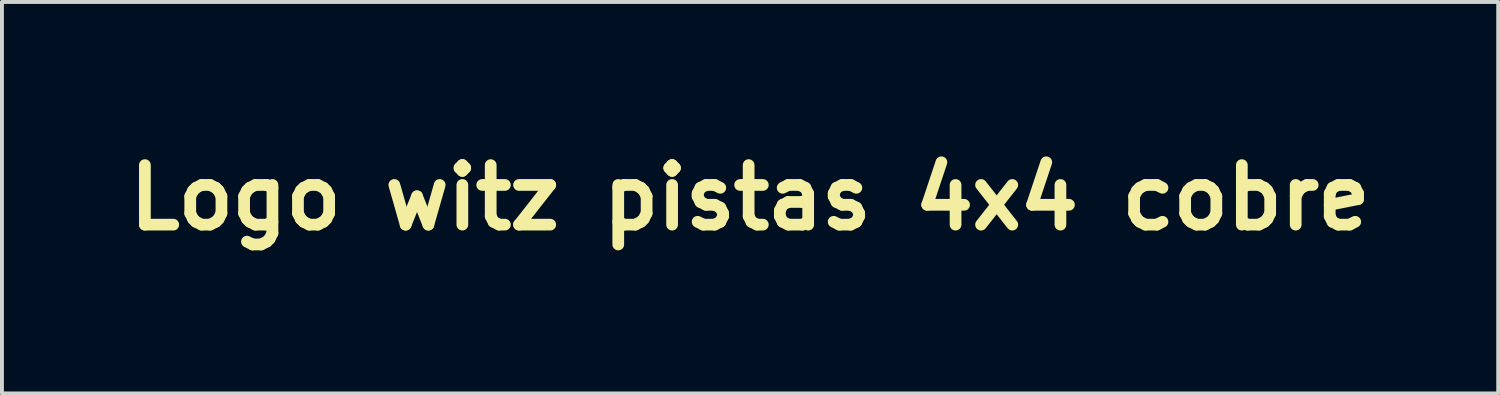
<source format=kicad_pcb>
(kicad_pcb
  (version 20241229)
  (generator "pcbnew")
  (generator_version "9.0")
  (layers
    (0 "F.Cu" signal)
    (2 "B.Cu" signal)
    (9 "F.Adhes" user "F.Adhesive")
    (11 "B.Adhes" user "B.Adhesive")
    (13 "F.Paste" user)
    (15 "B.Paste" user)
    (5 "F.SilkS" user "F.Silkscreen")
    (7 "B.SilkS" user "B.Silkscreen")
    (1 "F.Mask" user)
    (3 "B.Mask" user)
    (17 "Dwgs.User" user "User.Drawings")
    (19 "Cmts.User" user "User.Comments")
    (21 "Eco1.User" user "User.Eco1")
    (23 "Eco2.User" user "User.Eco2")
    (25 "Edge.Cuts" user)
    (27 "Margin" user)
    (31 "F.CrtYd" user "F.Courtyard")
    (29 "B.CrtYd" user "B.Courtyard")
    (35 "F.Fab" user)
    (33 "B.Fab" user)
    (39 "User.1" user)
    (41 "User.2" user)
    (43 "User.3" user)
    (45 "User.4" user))
  (footprint "Logo witz pistas 4x4 cobre"
    (layer "F.Cu")
    (at 16.154 2.012)
    (property "Reference" "Logo witz pistas 4x4 cobre" (at 0 0 0) (layer "F.SilkS") (effects (font (size 1.524 1.524) (thickness 0.3))))
    (attr through_hole)
    (fp_poly (pts (xy 0.971 -1.345) (xy 1.014 -1.339) (xy 1.053 -1.327) (xy 1.096 -1.308) (xy 1.152 -1.279) (xy 1.192 -1.252) (xy 1.226 -1.222) (xy 1.26 -1.181) (xy 1.265 -1.175) (xy 1.313 -1.093) (xy 1.341 -1.001) (xy 1.351 -0.903) (xy 1.342 -0.805) (xy 1.315 -0.712) (xy 1.269 -0.629) (xy 1.241 -0.595) (xy 1.17 -0.531) (xy 1.096 -0.489) (xy 1.012 -0.466) (xy 0.913 -0.46) (xy 0.893 -0.461) (xy 0.837 -0.465) (xy 0.787 -0.47) (xy 0.752 -0.475) (xy 0.745 -0.476) (xy 0.737 -0.478) (xy 0.728 -0.477) (xy 0.717 -0.472) (xy 0.701 -0.462) (xy 0.681 -0.447) (xy 0.654 -0.423) (xy 0.62 -0.392) (xy 0.576 -0.35) (xy 0.522 -0.297) (xy 0.455 -0.232) (xy 0.376 -0.153) (xy 0.282 -0.059) (xy 0.172 0.051) (xy 0.115 0.107) (xy -0.005 0.227) (xy -0.107 0.33) (xy -0.194 0.418) (xy -0.267 0.492) (xy -0.326 0.553) (xy -0.374 0.602) (xy -0.41 0.642) (xy -0.437 0.672) (xy -0.455 0.695) (xy -0.467 0.712) (xy -0.472 0.724) (xy -0.473 0.732) (xy -0.464 0.758) (xy -0.456 0.769) (xy -0.45 0.785) (xy -0.446 0.82) (xy -0.445 0.866) (xy -0.445 0.918) (xy -0.448 0.968) (xy -0.452 1.01) (xy -0.459 1.038) (xy -0.482 1.092) (xy -0.499 1.129) (xy -0.509 1.143) (xy -0.52 1.157) (xy -0.539 1.183) (xy -0.545 1.192) (xy -0.579 1.228) (xy -0.629 1.266) (xy -0.687 1.302) (xy -0.744 1.328) (xy -0.749 1.33) (xy -0.793 1.339) (xy -0.851 1.344) (xy -0.916 1.343) (xy -0.978 1.339) (xy -1.028 1.33) (xy -1.041 1.325) (xy -1.077 1.311) (xy -1.106 1.301) (xy -1.108 1.3) (xy -1.127 1.289) (xy -1.13 1.283) (xy -1.14 1.272) (xy -1.16 1.26) (xy -1.195 1.236) (xy -1.233 1.194) (xy -1.269 1.143) (xy -1.299 1.088) (xy -1.309 1.065) (xy -1.329 0.981) (xy -1.334 0.896) (xy -1.034 0.896) (xy -1.023 0.954) (xy -0.992 0.999) (xy -0.948 1.028) (xy -0.901 1.045) (xy -0.861 1.043) (xy -0.818 1.021) (xy -0.813 1.017) (xy -0.786 0.991) (xy -0.761 0.955) (xy -0.758 0.948) (xy -0.743 0.895) (xy -0.754 0.844) (xy -0.79 0.796) (xy -0.793 0.793) (xy -0.841 0.764) (xy -0.893 0.756) (xy -0.943 0.766) (xy -0.987 0.793) (xy -1.019 0.834) (xy -1.033 0.886) (xy -1.034 0.896) (xy -1.334 0.896) (xy -1.335 0.889) (xy -1.326 0.798) (xy -1.303 0.718) (xy -1.301 0.715) (xy -1.248 0.626) (xy -1.176 0.552) (xy -1.086 0.496) (xy -1.079 0.493) (xy -1.03 0.472) (xy -0.987 0.46) (xy -0.938 0.455) (xy -0.895 0.454) (xy -0.843 0.456) (xy -0.798 0.46) (xy -0.769 0.467) (xy -0.765 0.468) (xy -0.734 0.48) (xy -0.715 0.483) (xy -0.702 0.474) (xy -0.672 0.448) (xy -0.627 0.406) (xy -0.568 0.35) (xy -0.495 0.281) (xy -0.411 0.199) (xy -0.317 0.106) (xy -0.213 0.003) (xy -0.1 -0.109) (xy -0.097 -0.113) (xy 0.499 -0.708) (xy 0.478 -0.769) (xy 0.465 -0.824) (xy 0.459 -0.886) (xy 0.762 -0.886) (xy 0.778 -0.838) (xy 0.81 -0.796) (xy 0.852 -0.764) (xy 0.9 -0.75) (xy 0.906 -0.75) (xy 0.933 -0.755) (xy 0.968 -0.768) (xy 0.972 -0.769) (xy 1.013 -0.801) (xy 1.04 -0.846) (xy 1.051 -0.898) (xy 1.044 -0.949) (xy 1.018 -0.992) (xy 1.013 -0.997) (xy 0.96 -1.034) (xy 0.909 -1.046) (xy 0.863 -1.037) (xy 0.811 -1.005) (xy 0.777 -0.961) (xy 0.765 -0.933) (xy 0.762 -0.886) (xy 0.459 -0.886) (xy 0.459 -0.888) (xy 0.459 -0.951) (xy 0.466 -1.005) (xy 0.472 -1.025) (xy 0.516 -1.121) (xy 0.564 -1.195) (xy 0.618 -1.25) (xy 0.66 -1.277) (xy 0.69 -1.294) (xy 0.709 -1.306) (xy 0.711 -1.308) (xy 0.738 -1.323) (xy 0.784 -1.335) (xy 0.844 -1.343) (xy 0.909 -1.346) (xy 0.913 -1.346) (xy 0.971 -1.345)) (stroke (width 0.01) (type solid)) (fill yes) (layer "F.Mask"))
    (fp_poly (pts (xy 0.252 -2.007) (xy 0.474 -2.007) (xy 0.673 -2.006) (xy 0.85 -2.006) (xy 1.007 -2.006) (xy 1.146 -2.006) (xy 1.266 -2.005) (xy 1.37 -2.005) (xy 1.459 -2.004) (xy 1.534 -2.003) (xy 1.597 -2.002) (xy 1.648 -2.001) (xy 1.69 -2) (xy 1.723 -1.998) (xy 1.748 -1.996) (xy 1.767 -1.994) (xy 1.782 -1.991) (xy 1.793 -1.988) (xy 1.802 -1.985) (xy 1.81 -1.981) (xy 1.81 -1.981) (xy 1.88 -1.935) (xy 1.94 -1.873) (xy 1.981 -1.808) (xy 1.984 -1.8) (xy 1.988 -1.792) (xy 1.991 -1.781) (xy 1.993 -1.768) (xy 1.995 -1.75) (xy 1.998 -1.727) (xy 1.999 -1.696) (xy 2.001 -1.658) (xy 2.002 -1.609) (xy 2.003 -1.551) (xy 2.004 -1.48) (xy 2.004 -1.395) (xy 2.005 -1.296) (xy 2.005 -1.182) (xy 2.005 -1.05) (xy 2.005 -0.899) (xy 2.005 -0.729) (xy 2.005 -0.538) (xy 2.004 -0.324) (xy 2.004 -0.087) (xy 2.004 0.017) (xy 2 1.787) (xy 1.957 1.851) (xy 1.92 1.895) (xy 1.874 1.939) (xy 1.851 1.957) (xy 1.787 2) (xy 0.02 2.003) (xy -0.226 2.004) (xy -0.449 2.004) (xy -0.649 2.005) (xy -0.828 2.005) (xy -0.986 2.005) (xy -1.125 2.005) (xy -1.247 2.005) (xy -1.352 2.004) (xy -1.442 2.004) (xy -1.518 2.003) (xy -1.581 2.002) (xy -1.633 2.001) (xy -1.675 2) (xy -1.708 1.998) (xy -1.734 1.996) (xy -1.754 1.994) (xy -1.769 1.991) (xy -1.78 1.989) (xy -1.788 1.985) (xy -1.796 1.982) (xy -1.799 1.981) (xy -1.866 1.936) (xy -1.926 1.875) (xy -1.968 1.81) (xy -1.972 1.802) (xy -1.975 1.794) (xy -1.978 1.783) (xy -1.981 1.769) (xy -1.983 1.75) (xy -1.985 1.725) (xy -1.987 1.693) (xy -1.988 1.653) (xy -1.989 1.602) (xy -1.991 1.541) (xy -1.991 1.467) (xy -1.992 1.379) (xy -1.993 1.276) (xy -1.993 1.157) (xy -1.993 1.021) (xy -1.994 0.866) (xy -1.994 0.69) (xy -1.994 0.494) (xy -1.994 0.274) (xy -1.994 0.031) (xy -1.994 0.002) (xy -1.994 -0.244) (xy -1.994 -0.466) (xy -1.994 -0.665) (xy -1.994 -0.843) (xy -1.994 -0.979) (xy -1.929 -0.979) (xy -1.929 -0.817) (xy -1.929 -0.634) (xy -1.928 -0.429) (xy -1.928 -0.202) (xy -1.928 0.019) (xy -1.924 1.746) (xy -1.886 1.806) (xy -1.838 1.862) (xy -1.774 1.909) (xy -1.721 1.932) (xy -1.705 1.934) (xy -1.665 1.935) (xy -1.604 1.936) (xy -1.524 1.937) (xy -1.425 1.938) (xy -1.31 1.938) (xy -1.18 1.939) (xy -1.038 1.94) (xy -0.885 1.94) (xy -0.723 1.941) (xy -0.554 1.941) (xy -0.379 1.941) (xy -0.201 1.942) (xy -0.02 1.942) (xy 0.16 1.942) (xy 0.34 1.942) (xy 0.515 1.941) (xy 0.686 1.941) (xy 0.849 1.941) (xy 1.004 1.941) (xy 1.148 1.94) (xy 1.28 1.939) (xy 1.398 1.939) (xy 1.5 1.938) (xy 1.584 1.937) (xy 1.649 1.936) (xy 1.692 1.935) (xy 1.713 1.934) (xy 1.714 1.933) (xy 1.706 1.923) (xy 1.681 1.896) (xy 1.643 1.856) (xy 1.592 1.804) (xy 1.532 1.743) (xy 1.464 1.674) (xy 1.407 1.617) (xy 1.099 1.31) (xy 1.048 1.328) (xy 1.002 1.338) (xy 0.944 1.344) (xy 0.881 1.344) (xy 0.819 1.34) (xy 0.765 1.331) (xy 0.726 1.319) (xy 0.711 1.309) (xy 0.696 1.298) (xy 0.67 1.283) (xy 0.669 1.283) (xy 0.619 1.249) (xy 0.57 1.199) (xy 0.528 1.144) (xy 0.512 1.115) (xy 0.486 1.058) (xy 0.47 1.015) (xy 0.461 0.976) (xy 0.458 0.933) (xy 0.457 0.901) (xy 0.458 0.898) (xy 0.762 0.898) (xy 0.766 0.935) (xy 0.794 0.989) (xy 0.836 1.024) (xy 0.887 1.041) (xy 0.942 1.037) (xy 0.995 1.012) (xy 1.013 0.997) (xy 1.041 0.955) (xy 1.051 0.905) (xy 1.042 0.853) (xy 1.018 0.806) (xy 0.978 0.772) (xy 0.972 0.769) (xy 0.928 0.753) (xy 0.891 0.752) (xy 0.848 0.767) (xy 0.844 0.769) (xy 0.803 0.801) (xy 0.774 0.847) (xy 0.762 0.898) (xy 0.458 0.898) (xy 0.469 0.795) (xy 0.504 0.698) (xy 0.559 0.613) (xy 0.634 0.542) (xy 0.725 0.488) (xy 0.768 0.471) (xy 0.807 0.462) (xy 0.86 0.456) (xy 0.915 0.454) (xy 0.915 0.454) (xy 1.018 0.466) (xy 1.113 0.5) (xy 1.196 0.553) (xy 1.264 0.623) (xy 1.308 0.695) (xy 1.336 0.77) (xy 1.349 0.85) (xy 1.348 0.938) (xy 1.332 1.042) (xy 1.327 1.067) (xy 1.326 1.077) (xy 1.331 1.09) (xy 1.343 1.108) (xy 1.362 1.133) (xy 1.392 1.166) (xy 1.434 1.21) (xy 1.489 1.266) (xy 1.559 1.337) (xy 1.631 1.41) (xy 1.943 1.721) (xy 1.943 0.008) (xy 1.943 -0.257) (xy 1.943 -0.497) (xy 1.942 -0.713) (xy 1.942 -0.906) (xy 1.941 -1.077) (xy 1.941 -1.226) (xy 1.94 -1.356) (xy 1.938 -1.465) (xy 1.937 -1.556) (xy 1.936 -1.629) (xy 1.934 -1.684) (xy 1.932 -1.723) (xy 1.93 -1.747) (xy 1.929 -1.754) (xy 1.899 -1.813) (xy 1.852 -1.867) (xy 1.793 -1.909) (xy 1.776 -1.917) (xy 1.763 -1.923) (xy 1.749 -1.928) (xy 1.731 -1.931) (xy 1.707 -1.935) (xy 1.676 -1.937) (xy 1.634 -1.939) (xy 1.58 -1.94) (xy 1.512 -1.941) (xy 1.427 -1.942) (xy 1.324 -1.943) (xy 1.199 -1.943) (xy 1.051 -1.943) (xy 1.047 -1.943) (xy 0.374 -1.943) (xy -0.054 -1.515) (xy -0.481 -1.087) (xy -0.463 -1.044) (xy -0.453 -1.005) (xy -0.446 -0.949) (xy -0.445 -0.894) (xy -0.446 -0.832) (xy -0.453 -0.786) (xy -0.466 -0.744) (xy -0.476 -0.719) (xy -0.499 -0.677) (xy -0.53 -0.632) (xy -0.564 -0.589) (xy -0.598 -0.553) (xy -0.626 -0.528) (xy -0.643 -0.521) (xy -0.659 -0.514) (xy -0.66 -0.509) (xy -0.672 -0.499) (xy -0.699 -0.489) (xy -0.705 -0.488) (xy -0.737 -0.48) (xy -0.755 -0.47) (xy -0.757 -0.468) (xy -0.774 -0.461) (xy -0.81 -0.457) (xy -0.858 -0.457) (xy -0.914 -0.459) (xy -0.97 -0.463) (xy -1.02 -0.47) (xy -1.058 -0.479) (xy -1.059 -0.479) (xy -1.122 -0.511) (xy -1.186 -0.561) (xy -1.244 -0.623) (xy -1.289 -0.688) (xy -1.307 -0.728) (xy -1.327 -0.811) (xy -1.334 -0.904) (xy -1.333 -0.92) (xy -1.034 -0.92) (xy -1.032 -0.874) (xy -1.011 -0.826) (xy -0.975 -0.787) (xy -0.951 -0.772) (xy -0.915 -0.755) (xy -0.887 -0.751) (xy -0.856 -0.758) (xy -0.842 -0.763) (xy -0.796 -0.79) (xy -0.762 -0.835) (xy -0.751 -0.858) (xy -0.744 -0.907) (xy -0.758 -0.956) (xy -0.79 -1) (xy -0.837 -1.033) (xy -0.859 -1.042) (xy -0.89 -1.049) (xy -0.918 -1.044) (xy -0.95 -1.029) (xy -0.993 -0.999) (xy -1.019 -0.966) (xy -1.034 -0.92) (xy -1.333 -0.92) (xy -1.327 -0.995) (xy -1.309 -1.065) (xy -1.284 -1.118) (xy -1.25 -1.172) (xy -1.212 -1.219) (xy -1.175 -1.252) (xy -1.164 -1.259) (xy -1.141 -1.274) (xy -1.13 -1.282) (xy -1.101 -1.304) (xy -1.052 -1.322) (xy -0.992 -1.335) (xy -0.924 -1.344) (xy -0.857 -1.346) (xy -0.797 -1.341) (xy -0.751 -1.329) (xy -0.702 -1.31) (xy -0.385 -1.626) (xy -0.068 -1.943) (xy -0.885 -1.943) (xy -1.05 -1.943) (xy -1.191 -1.943) (xy -1.311 -1.943) (xy -1.411 -1.942) (xy -1.493 -1.942) (xy -1.56 -1.94) (xy -1.613 -1.939) (xy -1.655 -1.937) (xy -1.686 -1.935) (xy -1.71 -1.932) (xy -1.728 -1.929) (xy -1.742 -1.925) (xy -1.754 -1.92) (xy -1.757 -1.918) (xy -1.802 -1.893) (xy -1.843 -1.861) (xy -1.852 -1.853) (xy -1.863 -1.842) (xy -1.873 -1.832) (xy -1.882 -1.823) (xy -1.89 -1.812) (xy -1.897 -1.799) (xy -1.903 -1.782) (xy -1.908 -1.76) (xy -1.913 -1.732) (xy -1.917 -1.696) (xy -1.92 -1.651) (xy -1.923 -1.596) (xy -1.925 -1.529) (xy -1.927 -1.45) (xy -1.928 -1.356) (xy -1.929 -1.248) (xy -1.929 -1.122) (xy -1.929 -0.979) (xy -1.994 -0.979) (xy -1.993 -1) (xy -1.993 -1.139) (xy -1.993 -1.259) (xy -1.992 -1.364) (xy -1.992 -1.453) (xy -1.991 -1.529) (xy -1.99 -1.591) (xy -1.988 -1.643) (xy -1.987 -1.685) (xy -1.985 -1.718) (xy -1.983 -1.744) (xy -1.981 -1.763) (xy -1.978 -1.778) (xy -1.975 -1.789) (xy -1.972 -1.798) (xy -1.969 -1.807) (xy -1.968 -1.809) (xy -1.923 -1.879) (xy -1.861 -1.94) (xy -1.797 -1.981) (xy -1.79 -1.985) (xy -1.781 -1.988) (xy -1.77 -1.991) (xy -1.756 -1.993) (xy -1.737 -1.996) (xy -1.712 -1.998) (xy -1.68 -1.999) (xy -1.64 -2.001) (xy -1.589 -2.002) (xy -1.528 -2.003) (xy -1.453 -2.004) (xy -1.366 -2.005) (xy -1.263 -2.005) (xy -1.144 -2.006) (xy -1.007 -2.006) (xy -0.852 -2.006) (xy -0.676 -2.006) (xy -0.479 -2.007) (xy -0.26 -2.007) (xy -0.016 -2.007) (xy 0.006 -2.007) (xy 0.252 -2.007)) (stroke (width 0.01) (type solid)) (fill yes) (layer "F.Mask")))
  (gr_rect
    (start -3 -3)
    (end 35.309 7.022)
    (stroke (width 0.1) (type default))
    (fill no)
    (layer "Edge.Cuts")))
</source>
